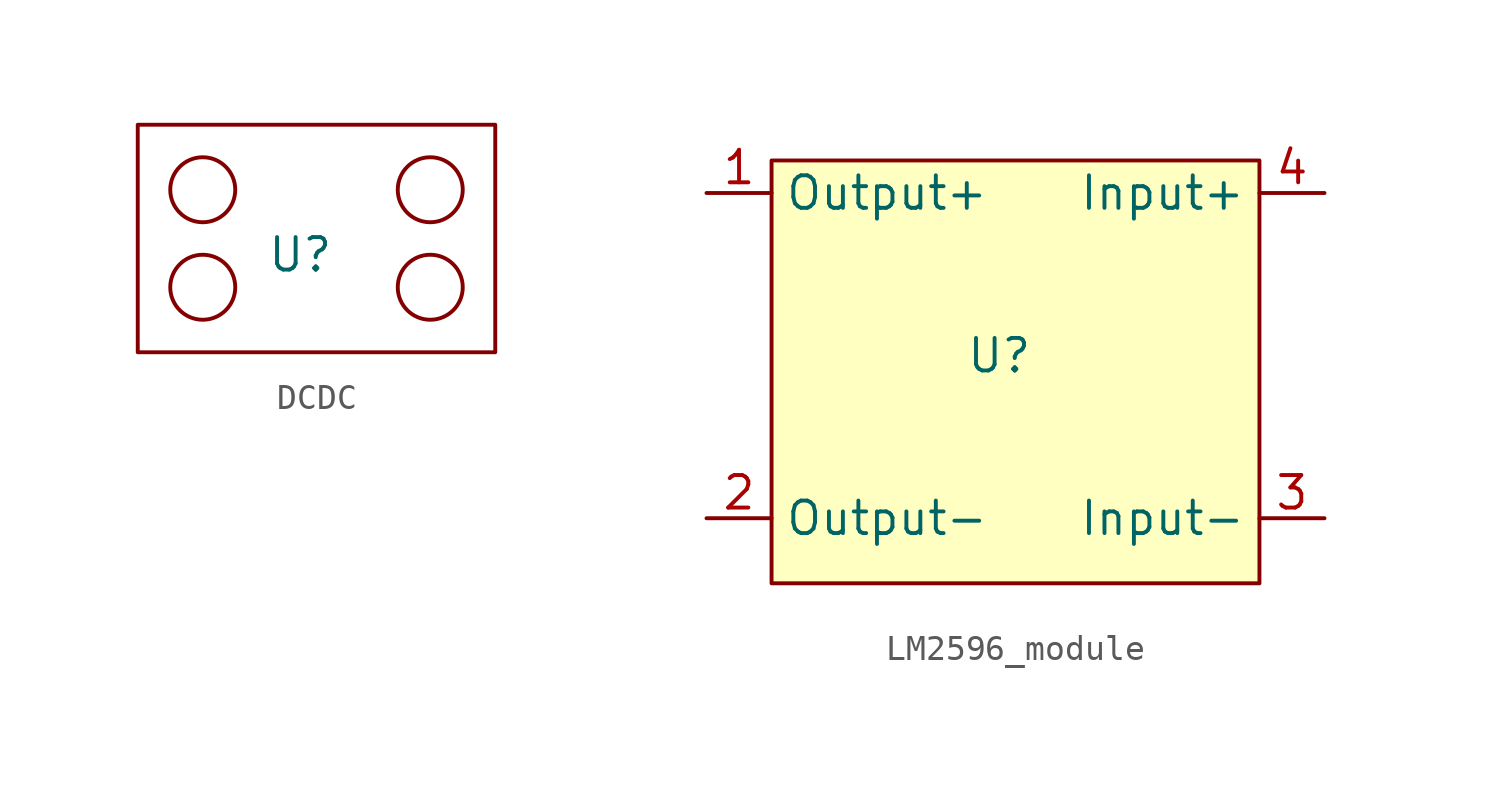
<source format=kicad_sym>
(kicad_symbol_lib
  (version 20241209)
  (generator "kicad_symbol_editor")
  (generator_version "9.0")
  (symbol "DCDC"
    (property "Reference" "U"
      (at 0 0 0)
      (effects (font (size 1.27 1.27))))
    (property "Value" ""
      (at 0 0 0)
      (effects (font (size 1.27 1.27))))
    (symbol "DCDC_0_1"
      (rectangle (start -6.35 5.08) (end 7.62 -3.81) (stroke (width 0) (type default)) (fill (type none)))
      (circle (center -3.81 2.54) (radius 1.27) (stroke (width 0) (type default)) (fill (type none)))
      (circle (center -3.81 -1.27) (radius 1.27) (stroke (width 0) (type default)) (fill (type none)))
      (circle (center 5.08 2.54) (radius 1.27) (stroke (width 0) (type default)) (fill (type none)))
      (circle (center 5.08 -1.27) (radius 1.27) (stroke (width 0) (type default)) (fill (type none)))))
  (symbol "LM2596_module"
    (property "Reference" "U"
      (at 0 0 0)
      (effects (font (size 1.27 1.27))))
    (property "Value" ""
      (at 0 0 0)
      (effects (font (size 1.27 1.27))))
    (symbol "LM2596_module_1_1"
      (rectangle (start -8.89 7.62) (end 10.16 -8.89) (stroke (width 0) (type solid)) (fill (type background)))
      (pin output line (at -11.43 6.35 0) (length 2.54) (name "Output+" (effects (font (size 1.27 1.27)))) (number "1" (effects (font (size 1.27 1.27)))))
      (pin output line (at -11.43 -6.35 0) (length 2.54) (name "Output-" (effects (font (size 1.27 1.27)))) (number "2" (effects (font (size 1.27 1.27)))))
      (pin input line (at 12.7 6.35 180) (length 2.54) (name "Input+" (effects (font (size 1.27 1.27)))) (number "4" (effects (font (size 1.27 1.27)))))
      (pin input line (at 12.7 -6.35 180) (length 2.54) (name "Input-" (effects (font (size 1.27 1.27)))) (number "3" (effects (font (size 1.27 1.27))))))))
</source>
